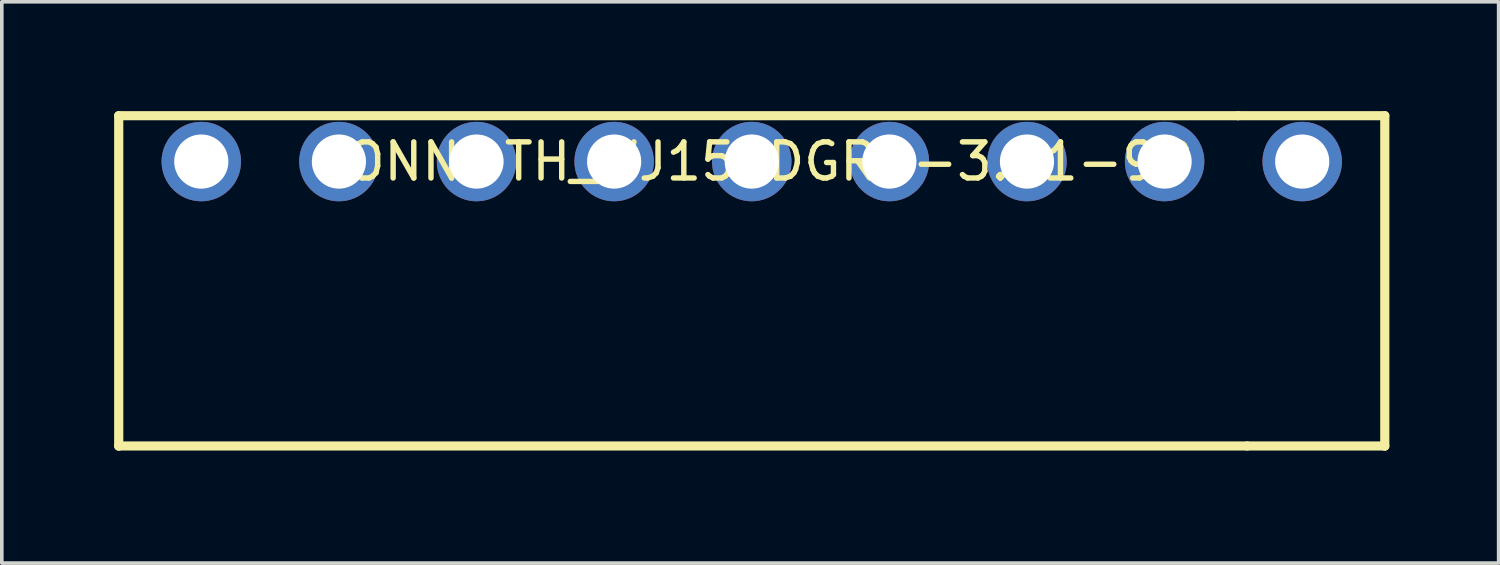
<source format=kicad_pcb>
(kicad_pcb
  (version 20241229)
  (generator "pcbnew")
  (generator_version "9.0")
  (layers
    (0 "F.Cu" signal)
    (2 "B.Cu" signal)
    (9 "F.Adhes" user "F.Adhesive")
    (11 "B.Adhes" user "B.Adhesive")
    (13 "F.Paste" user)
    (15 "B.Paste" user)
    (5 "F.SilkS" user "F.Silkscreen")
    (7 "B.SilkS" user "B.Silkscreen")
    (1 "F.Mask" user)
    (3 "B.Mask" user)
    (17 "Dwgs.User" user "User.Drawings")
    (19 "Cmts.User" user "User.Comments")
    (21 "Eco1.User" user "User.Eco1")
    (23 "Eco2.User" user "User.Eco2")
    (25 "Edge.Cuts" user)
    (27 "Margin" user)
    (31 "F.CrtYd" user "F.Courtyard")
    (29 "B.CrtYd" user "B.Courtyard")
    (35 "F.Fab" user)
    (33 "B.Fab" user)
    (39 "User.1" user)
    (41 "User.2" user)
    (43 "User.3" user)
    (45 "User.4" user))
  (footprint "CONN-TH_WJ15EDGRC-3.81-9P"
    (layer "F.Cu")
    (at 17.763 1.423)
    (property "Reference" "CONN-TH_WJ15EDGRC-3.81-9P" (at 0 0 0) (unlocked yes) (layer "F.SilkS") (effects (font (size 1 1) (thickness 0.15))))
    (fp_line (start -17.526 -1.27) (end -17.526 7.88) (stroke (width 0.254) (type default)) (layer "F.SilkS"))
    (fp_line (start -17.526 -1.27) (end 13.462 -1.27) (stroke (width 0.254) (type default)) (layer "F.SilkS"))
    (fp_line (start -17.526 7.874) (end 13.716 7.874) (stroke (width 0.254) (type default)) (layer "F.SilkS"))
    (fp_line (start 13.462 -1.27) (end 17.526 -1.27) (stroke (width 0.254) (type default)) (layer "F.SilkS"))
    (fp_line (start 13.716 7.874) (end 17.526 7.874) (stroke (width 0.254) (type default)) (layer "F.SilkS"))
    (fp_line (start 17.526 -1.27) (end 17.526 7.88) (stroke (width 0.254) (type default)) (layer "F.SilkS"))
    (fp_poly (pts (xy -14.59 0) (xy -14.609 -0.156) (xy -14.664 -0.302) (xy -14.753 -0.431) (xy -14.871 -0.535) (xy -15.01 -0.608) (xy -15.162 -0.645) (xy -15.318 -0.645) (xy -15.47 -0.608) (xy -15.609 -0.535) (xy -15.727 -0.431) (xy -15.816 -0.302) (xy -15.871 -0.156) (xy -15.89 0) (xy -15.871 0.156) (xy -15.816 0.302) (xy -15.727 0.431) (xy -15.609 0.535) (xy -15.47 0.608) (xy -15.318 0.645) (xy -15.162 0.645) (xy -15.01 0.608) (xy -14.871 0.535) (xy -14.753 0.431) (xy -14.664 0.302) (xy -14.609 0.156)) (stroke (width 0.1) (type default)) (fill no) (layer "User.1"))
    (fp_poly (pts (xy -10.78 0) (xy -10.799 -0.156) (xy -10.854 -0.302) (xy -10.943 -0.431) (xy -11.061 -0.535) (xy -11.2 -0.608) (xy -11.352 -0.645) (xy -11.508 -0.645) (xy -11.66 -0.608) (xy -11.799 -0.535) (xy -11.917 -0.431) (xy -12.006 -0.302) (xy -12.061 -0.156) (xy -12.08 0) (xy -12.061 0.156) (xy -12.006 0.302) (xy -11.917 0.431) (xy -11.799 0.535) (xy -11.66 0.608) (xy -11.508 0.645) (xy -11.352 0.645) (xy -11.2 0.608) (xy -11.061 0.535) (xy -10.943 0.431) (xy -10.854 0.302) (xy -10.799 0.156)) (stroke (width 0.1) (type default)) (fill no) (layer "User.1"))
    (fp_poly (pts (xy -6.97 0) (xy -6.989 -0.156) (xy -7.044 -0.302) (xy -7.133 -0.431) (xy -7.251 -0.535) (xy -7.39 -0.608) (xy -7.542 -0.645) (xy -7.698 -0.645) (xy -7.85 -0.608) (xy -7.989 -0.535) (xy -8.107 -0.431) (xy -8.196 -0.302) (xy -8.251 -0.156) (xy -8.27 0) (xy -8.251 0.156) (xy -8.196 0.302) (xy -8.107 0.431) (xy -7.989 0.535) (xy -7.85 0.608) (xy -7.698 0.645) (xy -7.542 0.645) (xy -7.39 0.608) (xy -7.251 0.535) (xy -7.133 0.431) (xy -7.044 0.302) (xy -6.989 0.156)) (stroke (width 0.1) (type default)) (fill no) (layer "User.1"))
    (fp_poly (pts (xy -3.16 0) (xy -3.179 -0.156) (xy -3.234 -0.302) (xy -3.323 -0.431) (xy -3.441 -0.535) (xy -3.58 -0.608) (xy -3.732 -0.645) (xy -3.888 -0.645) (xy -4.04 -0.608) (xy -4.179 -0.535) (xy -4.297 -0.431) (xy -4.386 -0.302) (xy -4.441 -0.156) (xy -4.46 0) (xy -4.441 0.156) (xy -4.386 0.302) (xy -4.297 0.431) (xy -4.179 0.535) (xy -4.04 0.608) (xy -3.888 0.645) (xy -3.732 0.645) (xy -3.58 0.608) (xy -3.441 0.535) (xy -3.323 0.431) (xy -3.234 0.302) (xy -3.179 0.156)) (stroke (width 0.1) (type default)) (fill no) (layer "User.1"))
    (fp_poly (pts (xy 0.65 0) (xy 0.631 -0.156) (xy 0.576 -0.302) (xy 0.487 -0.431) (xy 0.369 -0.535) (xy 0.23 -0.608) (xy 0.078 -0.645) (xy -0.078 -0.645) (xy -0.23 -0.608) (xy -0.369 -0.535) (xy -0.487 -0.431) (xy -0.576 -0.302) (xy -0.631 -0.156) (xy -0.65 0) (xy -0.631 0.156) (xy -0.576 0.302) (xy -0.487 0.431) (xy -0.369 0.535) (xy -0.23 0.608) (xy -0.078 0.645) (xy 0.078 0.645) (xy 0.23 0.608) (xy 0.369 0.535) (xy 0.487 0.431) (xy 0.576 0.302) (xy 0.631 0.156)) (stroke (width 0.1) (type default)) (fill no) (layer "User.1"))
    (fp_poly (pts (xy 4.46 0) (xy 4.441 -0.156) (xy 4.386 -0.302) (xy 4.297 -0.431) (xy 4.179 -0.535) (xy 4.04 -0.608) (xy 3.888 -0.645) (xy 3.732 -0.645) (xy 3.58 -0.608) (xy 3.441 -0.535) (xy 3.323 -0.431) (xy 3.234 -0.302) (xy 3.179 -0.156) (xy 3.16 0) (xy 3.179 0.156) (xy 3.234 0.302) (xy 3.323 0.431) (xy 3.441 0.535) (xy 3.58 0.608) (xy 3.732 0.645) (xy 3.888 0.645) (xy 4.04 0.608) (xy 4.179 0.535) (xy 4.297 0.431) (xy 4.386 0.302) (xy 4.441 0.156)) (stroke (width 0.1) (type default)) (fill no) (layer "User.1"))
    (fp_poly (pts (xy 8.27 0) (xy 8.251 -0.156) (xy 8.196 -0.302) (xy 8.107 -0.431) (xy 7.989 -0.535) (xy 7.85 -0.608) (xy 7.698 -0.645) (xy 7.542 -0.645) (xy 7.39 -0.608) (xy 7.251 -0.535) (xy 7.133 -0.431) (xy 7.044 -0.302) (xy 6.989 -0.156) (xy 6.97 0) (xy 6.989 0.156) (xy 7.044 0.302) (xy 7.133 0.431) (xy 7.251 0.535) (xy 7.39 0.608) (xy 7.542 0.645) (xy 7.698 0.645) (xy 7.85 0.608) (xy 7.989 0.535) (xy 8.107 0.431) (xy 8.196 0.302) (xy 8.251 0.156)) (stroke (width 0.1) (type default)) (fill no) (layer "User.1"))
    (fp_poly (pts (xy 12.08 0) (xy 12.061 -0.156) (xy 12.006 -0.302) (xy 11.917 -0.431) (xy 11.799 -0.535) (xy 11.66 -0.608) (xy 11.508 -0.645) (xy 11.352 -0.645) (xy 11.2 -0.608) (xy 11.061 -0.535) (xy 10.943 -0.431) (xy 10.854 -0.302) (xy 10.799 -0.156) (xy 10.78 0) (xy 10.799 0.156) (xy 10.854 0.302) (xy 10.943 0.431) (xy 11.061 0.535) (xy 11.2 0.608) (xy 11.352 0.645) (xy 11.508 0.645) (xy 11.66 0.608) (xy 11.799 0.535) (xy 11.917 0.431) (xy 12.006 0.302) (xy 12.061 0.156)) (stroke (width 0.1) (type default)) (fill no) (layer "User.1"))
    (fp_poly (pts (xy 15.89 0) (xy 15.871 -0.156) (xy 15.816 -0.302) (xy 15.727 -0.431) (xy 15.609 -0.535) (xy 15.47 -0.608) (xy 15.318 -0.645) (xy 15.162 -0.645) (xy 15.01 -0.608) (xy 14.871 -0.535) (xy 14.753 -0.431) (xy 14.664 -0.302) (xy 14.609 -0.156) (xy 14.59 0) (xy 14.609 0.156) (xy 14.664 0.302) (xy 14.753 0.431) (xy 14.871 0.535) (xy 15.01 0.608) (xy 15.162 0.645) (xy 15.318 0.645) (xy 15.47 0.608) (xy 15.609 0.535) (xy 15.727 0.431) (xy 15.816 0.302) (xy 15.871 0.156)) (stroke (width 0.1) (type default)) (fill no) (layer "User.1"))
    (fp_line (start -17.653 -1.397) (end 17.653 -1.397) (stroke (width 0.051) (type default)) (layer "User.2"))
    (fp_line (start -17.653 8.007) (end -17.653 -1.397) (stroke (width 0.051) (type default)) (layer "User.2"))
    (fp_line (start 17.653 -1.397) (end 17.653 8.007) (stroke (width 0.051) (type default)) (layer "User.2"))
    (fp_line (start 17.653 8.007) (end -17.653 8.007) (stroke (width 0.051) (type default)) (layer "User.2"))
    (fp_poly (pts (xy -17.593 8.007) (xy -17.611 7.965) (xy -17.653 7.947) (xy -17.695 7.965) (xy -17.713 8.007) (xy -17.695 8.049) (xy -17.653 8.067) (xy -17.611 8.049)) (stroke (width 0.1) (type default)) (fill no) (layer "User.3"))
    (pad "1" thru_hole circle (at -15.24 0) (size 2.2 2.2) (drill 1.5) (layers "*.Cu" "*.Mask"))
    (pad "2" thru_hole circle (at -11.43 0) (size 2.2 2.2) (drill 1.5) (layers "*.Cu" "*.Mask"))
    (pad "3" thru_hole circle (at -7.62 0) (size 2.2 2.2) (drill 1.5) (layers "*.Cu" "*.Mask"))
    (pad "4" thru_hole circle (at -3.81 0) (size 2.2 2.2) (drill 1.5) (layers "*.Cu" "*.Mask"))
    (pad "5" thru_hole circle (at 0 0) (size 2.2 2.2) (drill 1.5) (layers "*.Cu" "*.Mask"))
    (pad "6" thru_hole circle (at 3.81 0) (size 2.2 2.2) (drill 1.5) (layers "*.Cu" "*.Mask"))
    (pad "7" thru_hole circle (at 7.62 0) (size 2.2 2.2) (drill 1.5) (layers "*.Cu" "*.Mask"))
    (pad "8" thru_hole circle (at 11.43 0) (size 2.2 2.2) (drill 1.5) (layers "*.Cu" "*.Mask"))
    (pad "9" thru_hole circle (at 15.24 0) (size 2.2 2.2) (drill 1.5) (layers "*.Cu" "*.Mask")))
  (gr_rect
    (start -3 -3)
    (end 38.441 12.54)
    (stroke (width 0.1) (type default))
    (fill no)
    (layer "Edge.Cuts")))
</source>
